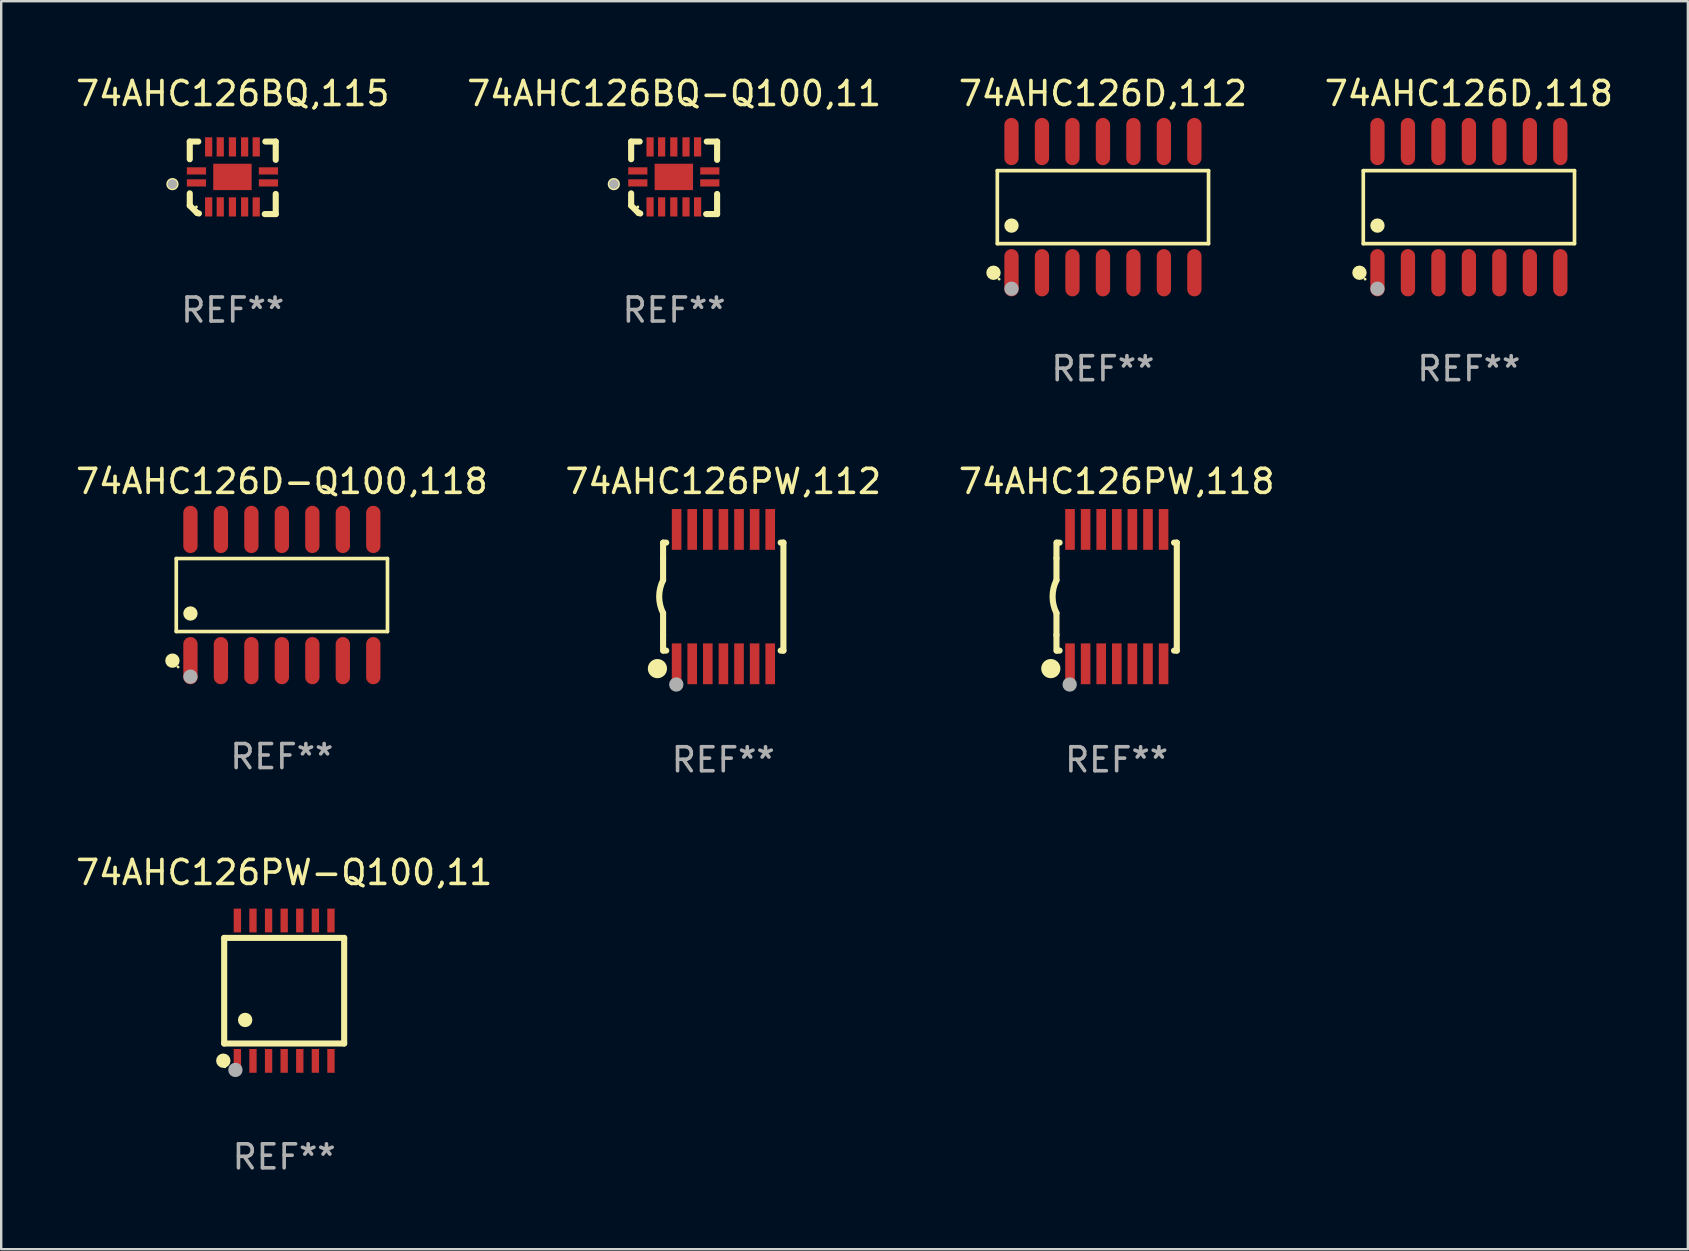
<source format=kicad_pcb>
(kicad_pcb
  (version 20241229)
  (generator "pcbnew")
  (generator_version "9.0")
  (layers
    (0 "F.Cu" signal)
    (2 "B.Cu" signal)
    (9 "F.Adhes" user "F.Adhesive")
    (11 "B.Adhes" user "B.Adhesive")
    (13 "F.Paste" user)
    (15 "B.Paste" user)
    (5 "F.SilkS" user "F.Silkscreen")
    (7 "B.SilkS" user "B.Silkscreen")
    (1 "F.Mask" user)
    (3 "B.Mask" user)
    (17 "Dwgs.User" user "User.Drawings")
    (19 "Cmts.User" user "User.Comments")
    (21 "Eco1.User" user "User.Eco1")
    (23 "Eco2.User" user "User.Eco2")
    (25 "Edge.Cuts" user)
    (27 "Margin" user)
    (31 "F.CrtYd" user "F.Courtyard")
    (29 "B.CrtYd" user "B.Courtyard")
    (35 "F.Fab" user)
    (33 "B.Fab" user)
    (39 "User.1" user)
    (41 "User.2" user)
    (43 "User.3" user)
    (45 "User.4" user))
  (footprint "74AHC126BQ,115"
    (layer "F.Cu")
    (at 6.649 4.36)
    (property "Reference" "74AHC126BQ,115" (at 0 -3.511 0) (layer "F.SilkS") (effects (font (size 1 1) (thickness 0.15))))
    (attr through_hole)
    (fp_line (start -1.791 -1.511) (end -1.435 -1.511) (stroke (width 0.254) (type solid)) (layer "F.SilkS"))
    (fp_line (start -1.791 -0.775) (end -1.791 -1.511) (stroke (width 0.254) (type solid)) (layer "F.SilkS"))
    (fp_line (start -1.791 1.156) (end -1.791 0.648) (stroke (width 0.254) (type solid)) (layer "F.SilkS"))
    (fp_line (start -1.486 1.461) (end -1.791 1.156) (stroke (width 0.254) (type solid)) (layer "F.SilkS"))
    (fp_line (start -1.41 1.486) (end -1.486 1.461) (stroke (width 0.254) (type solid)) (layer "F.SilkS"))
    (fp_line (start 1.334 1.511) (end 1.791 1.511) (stroke (width 0.254) (type solid)) (layer "F.SilkS"))
    (fp_line (start 1.791 -1.511) (end 1.359 -1.511) (stroke (width 0.254) (type solid)) (layer "F.SilkS"))
    (fp_line (start 1.791 -0.749) (end 1.791 -1.511) (stroke (width 0.254) (type solid)) (layer "F.SilkS"))
    (fp_line (start 1.791 1.511) (end 1.791 0.673) (stroke (width 0.254) (type solid)) (layer "F.SilkS"))
    (fp_circle (center -2.513 0.262) (end -2.383 0.262) (stroke (width 0.254) (type solid)) (fill no) (layer "F.SilkS"))
    (fp_circle (center -1.513 1.212) (end -1.483 1.212) (stroke (width 0.06) (type solid)) (fill no) (layer "F.SilkS"))
    (fp_circle (center -2.513 0.262) (end -2.413 0.262) (stroke (width 0.2) (type solid)) (fill no) (layer "F.Fab"))
    (fp_text user "REF**" (at 0 5.511 0) (layer "F.Fab") (effects (font (size 1 1) (thickness 0.15))))
    (pad "1" smd rect (at -1.513 0.212) (size 0.8 0.3) (layers "F.Cu" "F.Mask" "F.Paste"))
    (pad "2" smd rect (at -1.003 1.212) (size 0.3 0.8) (layers "F.Cu" "F.Mask" "F.Paste"))
    (pad "3" smd rect (at -0.521 1.212) (size 0.3 0.8) (layers "F.Cu" "F.Mask" "F.Paste"))
    (pad "4" smd rect (at -0.013 1.212) (size 0.3 0.8) (layers "F.Cu" "F.Mask" "F.Paste"))
    (pad "5" smd rect (at 0.495 1.212) (size 0.3 0.8) (layers "F.Cu" "F.Mask" "F.Paste"))
    (pad "6" smd rect (at 0.978 1.212) (size 0.3 0.8) (layers "F.Cu" "F.Mask" "F.Paste"))
    (pad "7" smd rect (at 1.487 0.212) (size 0.8 0.3) (layers "F.Cu" "F.Mask" "F.Paste"))
    (pad "8" smd rect (at 1.487 -0.288) (size 0.8 0.3) (layers "F.Cu" "F.Mask" "F.Paste"))
    (pad "9" smd rect (at 0.978 -1.288) (size 0.3 0.8) (layers "F.Cu" "F.Mask" "F.Paste"))
    (pad "10" smd rect (at 0.495 -1.288) (size 0.3 0.8) (layers "F.Cu" "F.Mask" "F.Paste"))
    (pad "11" smd rect (at -0.013 -1.288) (size 0.3 0.8) (layers "F.Cu" "F.Mask" "F.Paste"))
    (pad "12" smd rect (at -0.521 -1.288) (size 0.3 0.8) (layers "F.Cu" "F.Mask" "F.Paste"))
    (pad "13" smd rect (at -1.003 -1.288) (size 0.3 0.8) (layers "F.Cu" "F.Mask" "F.Paste"))
    (pad "14" smd rect (at -1.513 -0.288) (size 0.8 0.3) (layers "F.Cu" "F.Mask" "F.Paste"))
    (pad "15" smd rect (at -0.013 -0.038 90) (size 1.1 1.6) (layers "F.Cu" "F.Mask" "F.Paste")))
  (footprint "74AHC126PW,118"
    (layer "F.Cu")
    (at 43.482 21.812)
    (property "Reference" "74AHC126PW,118" (at 0 -4.8 0) (layer "F.SilkS") (effects (font (size 1 1) (thickness 0.15))))
    (attr through_hole)
    (fp_line (start -2.507 -1.6) (end -2.507 -2.25) (stroke (width 0.254) (type solid)) (layer "F.SilkS"))
    (fp_line (start -2.507 -0.686) (end -2.507 -1.6) (stroke (width 0.254) (type solid)) (layer "F.SilkS"))
    (fp_line (start -2.507 1.6) (end -2.507 0.686) (stroke (width 0.254) (type solid)) (layer "F.SilkS"))
    (fp_line (start -2.507 1.6) (end -2.507 2.25) (stroke (width 0.254) (type solid)) (layer "F.SilkS"))
    (fp_line (start -2.493 -2.25) (end -2.377 -2.25) (stroke (width 0.254) (type solid)) (layer "F.SilkS"))
    (fp_line (start -2.377 2.25) (end -2.493 2.25) (stroke (width 0.254) (type solid)) (layer "F.SilkS"))
    (fp_line (start 2.392 -2.25) (end 2.507 -2.25) (stroke (width 0.254) (type solid)) (layer "F.SilkS"))
    (fp_line (start 2.507 -2.25) (end 2.507 2.25) (stroke (width 0.254) (type solid)) (layer "F.SilkS"))
    (fp_line (start 2.507 2.25) (end 2.392 2.25) (stroke (width 0.254) (type solid)) (layer "F.SilkS"))
    (fp_arc (start -2.507303 0.685802) (mid -2.669199 0) (end -2.507303 -0.685801) (stroke (width 0.254001) (type solid)) (layer "F.SilkS"))
    (fp_circle (center -2.743 3) (end -2.543 3) (stroke (width 0.4) (type solid)) (fill no) (layer "F.SilkS"))
    (fp_circle (center -2.493 3.2) (end -2.463 3.2) (stroke (width 0.06) (type solid)) (fill no) (layer "F.SilkS"))
    (fp_circle (center -1.957 3.662) (end -1.807 3.662) (stroke (width 0.3) (type solid)) (fill no) (layer "F.Fab"))
    (fp_text user "REF**" (at 0 6.8 0) (layer "F.Fab") (effects (font (size 1 1) (thickness 0.15))))
    (pad "1" smd rect (at -1.943 2.8) (size 0.4 1.7) (layers "F.Cu" "F.Mask" "F.Paste"))
    (pad "2" smd rect (at -1.293 2.8) (size 0.4 1.7) (layers "F.Cu" "F.Mask" "F.Paste"))
    (pad "3" smd rect (at -0.643 2.8) (size 0.4 1.7) (layers "F.Cu" "F.Mask" "F.Paste"))
    (pad "4" smd rect (at 0.007 2.8) (size 0.4 1.7) (layers "F.Cu" "F.Mask" "F.Paste"))
    (pad "5" smd rect (at 0.657 2.8) (size 0.4 1.7) (layers "F.Cu" "F.Mask" "F.Paste"))
    (pad "6" smd rect (at 1.307 2.8) (size 0.4 1.7) (layers "F.Cu" "F.Mask" "F.Paste"))
    (pad "7" smd rect (at 1.957 2.8) (size 0.4 1.7) (layers "F.Cu" "F.Mask" "F.Paste"))
    (pad "8" smd rect (at 1.957 -2.8) (size 0.4 1.7) (layers "F.Cu" "F.Mask" "F.Paste"))
    (pad "9" smd rect (at 1.307 -2.8) (size 0.4 1.7) (layers "F.Cu" "F.Mask" "F.Paste"))
    (pad "10" smd rect (at 0.657 -2.8) (size 0.4 1.7) (layers "F.Cu" "F.Mask" "F.Paste"))
    (pad "11" smd rect (at 0.007 -2.8) (size 0.4 1.7) (layers "F.Cu" "F.Mask" "F.Paste"))
    (pad "12" smd rect (at -0.643 -2.8) (size 0.4 1.7) (layers "F.Cu" "F.Mask" "F.Paste"))
    (pad "13" smd rect (at -1.293 -2.8) (size 0.4 1.7) (layers "F.Cu" "F.Mask" "F.Paste"))
    (pad "14" smd rect (at -1.943 -2.8) (size 0.4 1.7) (layers "F.Cu" "F.Mask" "F.Paste")))
  (footprint "74AHC126D-Q100,118"
    (layer "F.Cu")
    (at 8.696 21.746)
    (property "Reference" "74AHC126D-Q100,118" (at 0 -4.734 0) (layer "F.SilkS") (effects (font (size 1 1) (thickness 0.15))))
    (attr through_hole)
    (fp_line (start -4.401 -1.521) (end 4.401 -1.521) (stroke (width 0.152) (type solid)) (layer "F.SilkS"))
    (fp_line (start -4.401 1.521) (end -4.401 -1.521) (stroke (width 0.152) (type solid)) (layer "F.SilkS"))
    (fp_line (start 4.401 -1.521) (end 4.401 1.521) (stroke (width 0.152) (type solid)) (layer "F.SilkS"))
    (fp_line (start 4.401 1.521) (end -4.401 1.521) (stroke (width 0.152) (type solid)) (layer "F.SilkS"))
    (fp_circle (center -4.56 2.734) (end -4.41 2.734) (stroke (width 0.3) (type solid)) (fill no) (layer "F.SilkS"))
    (fp_circle (center -4.325 3) (end -4.295 3) (stroke (width 0.06) (type solid)) (fill no) (layer "F.SilkS"))
    (fp_circle (center -3.81 0.769) (end -3.66 0.769) (stroke (width 0.3) (type solid)) (fill no) (layer "F.SilkS"))
    (fp_circle (center -3.81 3.4) (end -3.66 3.4) (stroke (width 0.3) (type solid)) (fill no) (layer "F.Fab"))
    (fp_text user "REF**" (at 0 6.734 0) (layer "F.Fab") (effects (font (size 1 1) (thickness 0.15))))
    (pad "1" smd oval (at -3.81 2.734) (size 0.595 1.968) (layers "F.Cu" "F.Mask" "F.Paste"))
    (pad "2" smd oval (at -2.54 2.734) (size 0.595 1.968) (layers "F.Cu" "F.Mask" "F.Paste"))
    (pad "3" smd oval (at -1.27 2.734) (size 0.595 1.968) (layers "F.Cu" "F.Mask" "F.Paste"))
    (pad "4" smd oval (at 0 2.734) (size 0.595 1.968) (layers "F.Cu" "F.Mask" "F.Paste"))
    (pad "5" smd oval (at 1.27 2.734) (size 0.595 1.968) (layers "F.Cu" "F.Mask" "F.Paste"))
    (pad "6" smd oval (at 2.54 2.734) (size 0.595 1.968) (layers "F.Cu" "F.Mask" "F.Paste"))
    (pad "7" smd oval (at 3.81 2.734) (size 0.595 1.968) (layers "F.Cu" "F.Mask" "F.Paste"))
    (pad "8" smd oval (at 3.81 -2.734) (size 0.595 1.968) (layers "F.Cu" "F.Mask" "F.Paste"))
    (pad "9" smd oval (at 2.54 -2.734) (size 0.595 1.968) (layers "F.Cu" "F.Mask" "F.Paste"))
    (pad "10" smd oval (at 1.27 -2.734) (size 0.595 1.968) (layers "F.Cu" "F.Mask" "F.Paste"))
    (pad "11" smd oval (at 0 -2.734) (size 0.595 1.968) (layers "F.Cu" "F.Mask" "F.Paste"))
    (pad "12" smd oval (at -1.27 -2.734) (size 0.595 1.968) (layers "F.Cu" "F.Mask" "F.Paste"))
    (pad "13" smd oval (at -2.54 -2.734) (size 0.595 1.968) (layers "F.Cu" "F.Mask" "F.Paste"))
    (pad "14" smd oval (at -3.81 -2.734) (size 0.595 1.968) (layers "F.Cu" "F.Mask" "F.Paste")))
  (footprint "74AHC126D,118"
    (layer "F.Cu")
    (at 58.161 5.582)
    (property "Reference" "74AHC126D,118" (at 0 -4.734 0) (layer "F.SilkS") (effects (font (size 1 1) (thickness 0.15))))
    (attr through_hole)
    (fp_line (start -4.401 -1.521) (end 4.401 -1.521) (stroke (width 0.152) (type solid)) (layer "F.SilkS"))
    (fp_line (start -4.401 1.521) (end -4.401 -1.521) (stroke (width 0.152) (type solid)) (layer "F.SilkS"))
    (fp_line (start 4.401 -1.521) (end 4.401 1.521) (stroke (width 0.152) (type solid)) (layer "F.SilkS"))
    (fp_line (start 4.401 1.521) (end -4.401 1.521) (stroke (width 0.152) (type solid)) (layer "F.SilkS"))
    (fp_circle (center -4.56 2.734) (end -4.41 2.734) (stroke (width 0.3) (type solid)) (fill no) (layer "F.SilkS"))
    (fp_circle (center -4.325 3) (end -4.295 3) (stroke (width 0.06) (type solid)) (fill no) (layer "F.SilkS"))
    (fp_circle (center -3.81 0.769) (end -3.66 0.769) (stroke (width 0.3) (type solid)) (fill no) (layer "F.SilkS"))
    (fp_circle (center -3.81 3.4) (end -3.66 3.4) (stroke (width 0.3) (type solid)) (fill no) (layer "F.Fab"))
    (fp_text user "REF**" (at 0 6.734 0) (layer "F.Fab") (effects (font (size 1 1) (thickness 0.15))))
    (pad "1" smd oval (at -3.81 2.734) (size 0.595 1.968) (layers "F.Cu" "F.Mask" "F.Paste"))
    (pad "2" smd oval (at -2.54 2.734) (size 0.595 1.968) (layers "F.Cu" "F.Mask" "F.Paste"))
    (pad "3" smd oval (at -1.27 2.734) (size 0.595 1.968) (layers "F.Cu" "F.Mask" "F.Paste"))
    (pad "4" smd oval (at 0 2.734) (size 0.595 1.968) (layers "F.Cu" "F.Mask" "F.Paste"))
    (pad "5" smd oval (at 1.27 2.734) (size 0.595 1.968) (layers "F.Cu" "F.Mask" "F.Paste"))
    (pad "6" smd oval (at 2.54 2.734) (size 0.595 1.968) (layers "F.Cu" "F.Mask" "F.Paste"))
    (pad "7" smd oval (at 3.81 2.734) (size 0.595 1.968) (layers "F.Cu" "F.Mask" "F.Paste"))
    (pad "8" smd oval (at 3.81 -2.734) (size 0.595 1.968) (layers "F.Cu" "F.Mask" "F.Paste"))
    (pad "9" smd oval (at 2.54 -2.734) (size 0.595 1.968) (layers "F.Cu" "F.Mask" "F.Paste"))
    (pad "10" smd oval (at 1.27 -2.734) (size 0.595 1.968) (layers "F.Cu" "F.Mask" "F.Paste"))
    (pad "11" smd oval (at 0 -2.734) (size 0.595 1.968) (layers "F.Cu" "F.Mask" "F.Paste"))
    (pad "12" smd oval (at -1.27 -2.734) (size 0.595 1.968) (layers "F.Cu" "F.Mask" "F.Paste"))
    (pad "13" smd oval (at -2.54 -2.734) (size 0.595 1.968) (layers "F.Cu" "F.Mask" "F.Paste"))
    (pad "14" smd oval (at -3.81 -2.734) (size 0.595 1.968) (layers "F.Cu" "F.Mask" "F.Paste")))
  (footprint "74AHC126PW-Q100,11"
    (layer "F.Cu")
    (at 8.792 38.234)
    (property "Reference" "74AHC126PW-Q100,11" (at 0 -4.925 0) (layer "F.SilkS") (effects (font (size 1 1) (thickness 0.15))))
    (attr through_hole)
    (fp_line (start -2.5 2.2) (end -2.5 -2.2) (stroke (width 0.254) (type solid)) (layer "F.SilkS"))
    (fp_line (start -2.5 2.2) (end 2.5 2.2) (stroke (width 0.254) (type solid)) (layer "F.SilkS"))
    (fp_line (start 2.5 -2.2) (end -2.5 -2.2) (stroke (width 0.254) (type solid)) (layer "F.SilkS"))
    (fp_line (start 2.5 -2.2) (end 2.5 2.2) (stroke (width 0.254) (type solid)) (layer "F.SilkS"))
    (fp_circle (center -2.536 2.917) (end -2.386 2.917) (stroke (width 0.3) (type solid)) (fill no) (layer "F.SilkS"))
    (fp_circle (center -2.47 3.17) (end -2.44 3.17) (stroke (width 0.06) (type solid)) (fill no) (layer "F.SilkS"))
    (fp_circle (center -1.626 1.219) (end -1.475 1.219) (stroke (width 0.3) (type solid)) (fill no) (layer "F.SilkS"))
    (fp_circle (center -2.032 3.302) (end -1.882 3.302) (stroke (width 0.3) (type solid)) (fill no) (layer "F.Fab"))
    (fp_text user "REF**" (at 0 6.925 0) (layer "F.Fab") (effects (font (size 1 1) (thickness 0.15))))
    (pad "1" smd rect (at -1.95 2.925) (size 0.305 0.991) (layers "F.Cu" "F.Mask" "F.Paste"))
    (pad "2" smd rect (at -1.3 2.925) (size 0.305 0.991) (layers "F.Cu" "F.Mask" "F.Paste"))
    (pad "3" smd rect (at -0.65 2.925) (size 0.305 0.991) (layers "F.Cu" "F.Mask" "F.Paste"))
    (pad "4" smd rect (at 0 2.925) (size 0.305 0.991) (layers "F.Cu" "F.Mask" "F.Paste"))
    (pad "5" smd rect (at 0.65 2.925) (size 0.305 0.991) (layers "F.Cu" "F.Mask" "F.Paste"))
    (pad "6" smd rect (at 1.3 2.925) (size 0.305 0.991) (layers "F.Cu" "F.Mask" "F.Paste"))
    (pad "7" smd rect (at 1.95 2.925) (size 0.305 0.991) (layers "F.Cu" "F.Mask" "F.Paste"))
    (pad "8" smd rect (at 1.95 -2.925) (size 0.305 0.991) (layers "F.Cu" "F.Mask" "F.Paste"))
    (pad "9" smd rect (at 1.3 -2.925) (size 0.305 0.991) (layers "F.Cu" "F.Mask" "F.Paste"))
    (pad "10" smd rect (at 0.65 -2.925) (size 0.305 0.991) (layers "F.Cu" "F.Mask" "F.Paste"))
    (pad "11" smd rect (at 0 -2.925) (size 0.305 0.991) (layers "F.Cu" "F.Mask" "F.Paste"))
    (pad "12" smd rect (at -0.65 -2.925) (size 0.305 0.991) (layers "F.Cu" "F.Mask" "F.Paste"))
    (pad "13" smd rect (at -1.3 -2.925) (size 0.305 0.991) (layers "F.Cu" "F.Mask" "F.Paste"))
    (pad "14" smd rect (at -1.95 -2.925) (size 0.305 0.991) (layers "F.Cu" "F.Mask" "F.Paste")))
  (footprint "74AHC126D,112"
    (layer "F.Cu")
    (at 42.911 5.582)
    (property "Reference" "74AHC126D,112" (at 0 -4.734 0) (layer "F.SilkS") (effects (font (size 1 1) (thickness 0.15))))
    (attr through_hole)
    (fp_line (start -4.401 -1.521) (end 4.401 -1.521) (stroke (width 0.152) (type solid)) (layer "F.SilkS"))
    (fp_line (start -4.401 1.521) (end -4.401 -1.521) (stroke (width 0.152) (type solid)) (layer "F.SilkS"))
    (fp_line (start 4.401 -1.521) (end 4.401 1.521) (stroke (width 0.152) (type solid)) (layer "F.SilkS"))
    (fp_line (start 4.401 1.521) (end -4.401 1.521) (stroke (width 0.152) (type solid)) (layer "F.SilkS"))
    (fp_circle (center -4.56 2.734) (end -4.41 2.734) (stroke (width 0.3) (type solid)) (fill no) (layer "F.SilkS"))
    (fp_circle (center -4.325 3) (end -4.295 3) (stroke (width 0.06) (type solid)) (fill no) (layer "F.SilkS"))
    (fp_circle (center -3.81 0.769) (end -3.66 0.769) (stroke (width 0.3) (type solid)) (fill no) (layer "F.SilkS"))
    (fp_circle (center -3.81 3.4) (end -3.66 3.4) (stroke (width 0.3) (type solid)) (fill no) (layer "F.Fab"))
    (fp_text user "REF**" (at 0 6.734 0) (layer "F.Fab") (effects (font (size 1 1) (thickness 0.15))))
    (pad "1" smd oval (at -3.81 2.734) (size 0.595 1.968) (layers "F.Cu" "F.Mask" "F.Paste"))
    (pad "2" smd oval (at -2.54 2.734) (size 0.595 1.968) (layers "F.Cu" "F.Mask" "F.Paste"))
    (pad "3" smd oval (at -1.27 2.734) (size 0.595 1.968) (layers "F.Cu" "F.Mask" "F.Paste"))
    (pad "4" smd oval (at 0 2.734) (size 0.595 1.968) (layers "F.Cu" "F.Mask" "F.Paste"))
    (pad "5" smd oval (at 1.27 2.734) (size 0.595 1.968) (layers "F.Cu" "F.Mask" "F.Paste"))
    (pad "6" smd oval (at 2.54 2.734) (size 0.595 1.968) (layers "F.Cu" "F.Mask" "F.Paste"))
    (pad "7" smd oval (at 3.81 2.734) (size 0.595 1.968) (layers "F.Cu" "F.Mask" "F.Paste"))
    (pad "8" smd oval (at 3.81 -2.734) (size 0.595 1.968) (layers "F.Cu" "F.Mask" "F.Paste"))
    (pad "9" smd oval (at 2.54 -2.734) (size 0.595 1.968) (layers "F.Cu" "F.Mask" "F.Paste"))
    (pad "10" smd oval (at 1.27 -2.734) (size 0.595 1.968) (layers "F.Cu" "F.Mask" "F.Paste"))
    (pad "11" smd oval (at 0 -2.734) (size 0.595 1.968) (layers "F.Cu" "F.Mask" "F.Paste"))
    (pad "12" smd oval (at -1.27 -2.734) (size 0.595 1.968) (layers "F.Cu" "F.Mask" "F.Paste"))
    (pad "13" smd oval (at -2.54 -2.734) (size 0.595 1.968) (layers "F.Cu" "F.Mask" "F.Paste"))
    (pad "14" smd oval (at -3.81 -2.734) (size 0.595 1.968) (layers "F.Cu" "F.Mask" "F.Paste")))
  (footprint "74AHC126PW,112"
    (layer "F.Cu")
    (at 27.089 21.812)
    (property "Reference" "74AHC126PW,112" (at 0 -4.8 0) (layer "F.SilkS") (effects (font (size 1 1) (thickness 0.15))))
    (attr through_hole)
    (fp_line (start -2.507 -1.6) (end -2.507 -2.25) (stroke (width 0.254) (type solid)) (layer "F.SilkS"))
    (fp_line (start -2.507 -0.686) (end -2.507 -1.6) (stroke (width 0.254) (type solid)) (layer "F.SilkS"))
    (fp_line (start -2.507 1.6) (end -2.507 0.686) (stroke (width 0.254) (type solid)) (layer "F.SilkS"))
    (fp_line (start -2.507 1.6) (end -2.507 2.25) (stroke (width 0.254) (type solid)) (layer "F.SilkS"))
    (fp_line (start -2.493 -2.25) (end -2.377 -2.25) (stroke (width 0.254) (type solid)) (layer "F.SilkS"))
    (fp_line (start -2.377 2.25) (end -2.493 2.25) (stroke (width 0.254) (type solid)) (layer "F.SilkS"))
    (fp_line (start 2.392 -2.25) (end 2.507 -2.25) (stroke (width 0.254) (type solid)) (layer "F.SilkS"))
    (fp_line (start 2.507 -2.25) (end 2.507 2.25) (stroke (width 0.254) (type solid)) (layer "F.SilkS"))
    (fp_line (start 2.507 2.25) (end 2.392 2.25) (stroke (width 0.254) (type solid)) (layer "F.SilkS"))
    (fp_arc (start -2.507303 0.685802) (mid -2.669199 0) (end -2.507303 -0.685801) (stroke (width 0.254001) (type solid)) (layer "F.SilkS"))
    (fp_circle (center -2.743 3) (end -2.543 3) (stroke (width 0.4) (type solid)) (fill no) (layer "F.SilkS"))
    (fp_circle (center -2.493 3.2) (end -2.463 3.2) (stroke (width 0.06) (type solid)) (fill no) (layer "F.SilkS"))
    (fp_circle (center -1.957 3.662) (end -1.807 3.662) (stroke (width 0.3) (type solid)) (fill no) (layer "F.Fab"))
    (fp_text user "REF**" (at 0 6.8 0) (layer "F.Fab") (effects (font (size 1 1) (thickness 0.15))))
    (pad "1" smd rect (at -1.943 2.8) (size 0.4 1.7) (layers "F.Cu" "F.Mask" "F.Paste"))
    (pad "2" smd rect (at -1.293 2.8) (size 0.4 1.7) (layers "F.Cu" "F.Mask" "F.Paste"))
    (pad "3" smd rect (at -0.643 2.8) (size 0.4 1.7) (layers "F.Cu" "F.Mask" "F.Paste"))
    (pad "4" smd rect (at 0.007 2.8) (size 0.4 1.7) (layers "F.Cu" "F.Mask" "F.Paste"))
    (pad "5" smd rect (at 0.657 2.8) (size 0.4 1.7) (layers "F.Cu" "F.Mask" "F.Paste"))
    (pad "6" smd rect (at 1.307 2.8) (size 0.4 1.7) (layers "F.Cu" "F.Mask" "F.Paste"))
    (pad "7" smd rect (at 1.957 2.8) (size 0.4 1.7) (layers "F.Cu" "F.Mask" "F.Paste"))
    (pad "8" smd rect (at 1.957 -2.8) (size 0.4 1.7) (layers "F.Cu" "F.Mask" "F.Paste"))
    (pad "9" smd rect (at 1.307 -2.8) (size 0.4 1.7) (layers "F.Cu" "F.Mask" "F.Paste"))
    (pad "10" smd rect (at 0.657 -2.8) (size 0.4 1.7) (layers "F.Cu" "F.Mask" "F.Paste"))
    (pad "11" smd rect (at 0.007 -2.8) (size 0.4 1.7) (layers "F.Cu" "F.Mask" "F.Paste"))
    (pad "12" smd rect (at -0.643 -2.8) (size 0.4 1.7) (layers "F.Cu" "F.Mask" "F.Paste"))
    (pad "13" smd rect (at -1.293 -2.8) (size 0.4 1.7) (layers "F.Cu" "F.Mask" "F.Paste"))
    (pad "14" smd rect (at -1.943 -2.8) (size 0.4 1.7) (layers "F.Cu" "F.Mask" "F.Paste")))
  (footprint "74AHC126BQ-Q100,11"
    (layer "F.Cu")
    (at 25.042 4.36)
    (property "Reference" "74AHC126BQ-Q100,11" (at 0 -3.511 0) (layer "F.SilkS") (effects (font (size 1 1) (thickness 0.15))))
    (attr through_hole)
    (fp_line (start -1.791 -1.511) (end -1.435 -1.511) (stroke (width 0.254) (type solid)) (layer "F.SilkS"))
    (fp_line (start -1.791 -0.775) (end -1.791 -1.511) (stroke (width 0.254) (type solid)) (layer "F.SilkS"))
    (fp_line (start -1.791 1.156) (end -1.791 0.648) (stroke (width 0.254) (type solid)) (layer "F.SilkS"))
    (fp_line (start -1.486 1.461) (end -1.791 1.156) (stroke (width 0.254) (type solid)) (layer "F.SilkS"))
    (fp_line (start -1.41 1.486) (end -1.486 1.461) (stroke (width 0.254) (type solid)) (layer "F.SilkS"))
    (fp_line (start 1.334 1.511) (end 1.791 1.511) (stroke (width 0.254) (type solid)) (layer "F.SilkS"))
    (fp_line (start 1.791 -1.511) (end 1.359 -1.511) (stroke (width 0.254) (type solid)) (layer "F.SilkS"))
    (fp_line (start 1.791 -0.749) (end 1.791 -1.511) (stroke (width 0.254) (type solid)) (layer "F.SilkS"))
    (fp_line (start 1.791 1.511) (end 1.791 0.673) (stroke (width 0.254) (type solid)) (layer "F.SilkS"))
    (fp_circle (center -2.513 0.262) (end -2.383 0.262) (stroke (width 0.254) (type solid)) (fill no) (layer "F.SilkS"))
    (fp_circle (center -1.513 1.212) (end -1.483 1.212) (stroke (width 0.06) (type solid)) (fill no) (layer "F.SilkS"))
    (fp_circle (center -2.513 0.262) (end -2.413 0.262) (stroke (width 0.2) (type solid)) (fill no) (layer "F.Fab"))
    (fp_text user "REF**" (at 0 5.511 0) (layer "F.Fab") (effects (font (size 1 1) (thickness 0.15))))
    (pad "1" smd rect (at -1.513 0.212) (size 0.8 0.3) (layers "F.Cu" "F.Mask" "F.Paste"))
    (pad "2" smd rect (at -1.003 1.212) (size 0.3 0.8) (layers "F.Cu" "F.Mask" "F.Paste"))
    (pad "3" smd rect (at -0.521 1.212) (size 0.3 0.8) (layers "F.Cu" "F.Mask" "F.Paste"))
    (pad "4" smd rect (at -0.013 1.212) (size 0.3 0.8) (layers "F.Cu" "F.Mask" "F.Paste"))
    (pad "5" smd rect (at 0.495 1.212) (size 0.3 0.8) (layers "F.Cu" "F.Mask" "F.Paste"))
    (pad "6" smd rect (at 0.978 1.212) (size 0.3 0.8) (layers "F.Cu" "F.Mask" "F.Paste"))
    (pad "7" smd rect (at 1.487 0.212) (size 0.8 0.3) (layers "F.Cu" "F.Mask" "F.Paste"))
    (pad "8" smd rect (at 1.487 -0.288) (size 0.8 0.3) (layers "F.Cu" "F.Mask" "F.Paste"))
    (pad "9" smd rect (at 0.978 -1.288) (size 0.3 0.8) (layers "F.Cu" "F.Mask" "F.Paste"))
    (pad "10" smd rect (at 0.495 -1.288) (size 0.3 0.8) (layers "F.Cu" "F.Mask" "F.Paste"))
    (pad "11" smd rect (at -0.013 -1.288) (size 0.3 0.8) (layers "F.Cu" "F.Mask" "F.Paste"))
    (pad "12" smd rect (at -0.521 -1.288) (size 0.3 0.8) (layers "F.Cu" "F.Mask" "F.Paste"))
    (pad "13" smd rect (at -1.003 -1.288) (size 0.3 0.8) (layers "F.Cu" "F.Mask" "F.Paste"))
    (pad "14" smd rect (at -1.513 -0.288) (size 0.8 0.3) (layers "F.Cu" "F.Mask" "F.Paste"))
    (pad "15" smd rect (at -0.013 -0.038 90) (size 1.1 1.6) (layers "F.Cu" "F.Mask" "F.Paste")))
  (gr_rect
    (start -3 -3)
    (end 67.286 49.007)
    (stroke (width 0.1) (type default))
    (fill no)
    (layer "Edge.Cuts")))
</source>
